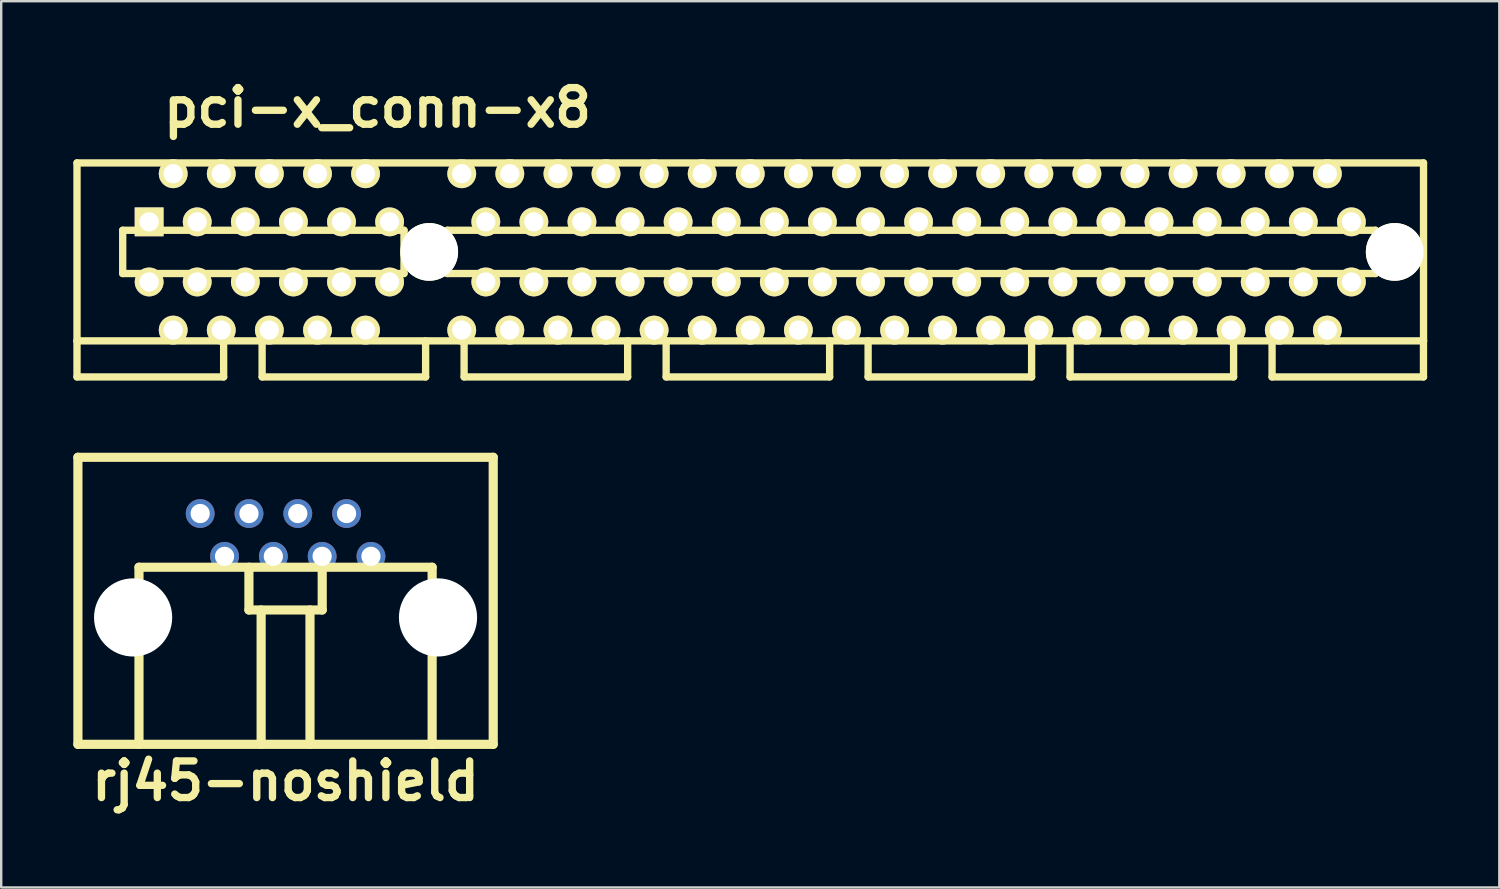
<source format=kicad_pcb>
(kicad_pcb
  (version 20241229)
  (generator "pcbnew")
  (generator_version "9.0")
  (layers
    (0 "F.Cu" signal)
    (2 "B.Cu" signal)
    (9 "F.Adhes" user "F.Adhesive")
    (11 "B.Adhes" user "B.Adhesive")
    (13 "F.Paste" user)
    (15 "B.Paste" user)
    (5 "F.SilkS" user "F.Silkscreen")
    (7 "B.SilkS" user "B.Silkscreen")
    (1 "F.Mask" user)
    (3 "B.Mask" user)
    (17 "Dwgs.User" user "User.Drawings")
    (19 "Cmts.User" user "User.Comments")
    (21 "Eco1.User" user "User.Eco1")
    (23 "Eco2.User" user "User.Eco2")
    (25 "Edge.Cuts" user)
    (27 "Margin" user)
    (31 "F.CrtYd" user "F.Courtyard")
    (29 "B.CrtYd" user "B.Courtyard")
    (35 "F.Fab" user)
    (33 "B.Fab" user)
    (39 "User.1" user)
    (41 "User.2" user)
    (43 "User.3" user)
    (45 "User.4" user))
  (footprint "pci-x_conn-x8"
    (layer "F.Cu")
    (at 12.652 7.426)
    (property "Reference" "pci-x_conn-x8" (at 0 -5.999 0) (layer "F.SilkS") (effects (font (size 1.524 1.524) (thickness 0.305))))
    (attr through_hole)
    (fp_line (start -12.499 -3.701) (end -12.499 3.701) (stroke (width 0.305) (type solid)) (layer "F.SilkS"))
    (fp_line (start -12.499 3.701) (end -12.499 5.199) (stroke (width 0.305) (type solid)) (layer "F.SilkS"))
    (fp_line (start -12.499 3.701) (end 43.5 3.701) (stroke (width 0.305) (type solid)) (layer "F.SilkS"))
    (fp_line (start -10.599 -0.899) (end -10.599 0.899) (stroke (width 0.305) (type solid)) (layer "F.SilkS"))
    (fp_line (start -10.599 -0.899) (end 1.1 -0.899) (stroke (width 0.305) (type solid)) (layer "F.SilkS"))
    (fp_line (start -6.401 5.199) (end -12.499 5.199) (stroke (width 0.305) (type solid)) (layer "F.SilkS"))
    (fp_line (start -6.401 5.199) (end -6.401 3.701) (stroke (width 0.305) (type solid)) (layer "F.SilkS"))
    (fp_line (start -4.801 3.701) (end -4.801 5.199) (stroke (width 0.305) (type solid)) (layer "F.SilkS"))
    (fp_line (start -4.798 5.199) (end 2.002 5.199) (stroke (width 0.305) (type solid)) (layer "F.SilkS"))
    (fp_line (start 1.1 0.899) (end -10.599 0.899) (stroke (width 0.305) (type solid)) (layer "F.SilkS"))
    (fp_line (start 1.1 0.899) (end 1.1 -0.899) (stroke (width 0.305) (type solid)) (layer "F.SilkS"))
    (fp_line (start 1.999 5.199) (end 1.999 3.701) (stroke (width 0.305) (type solid)) (layer "F.SilkS"))
    (fp_line (start 2.901 0.899) (end 2.901 -0.899) (stroke (width 0.305) (type solid)) (layer "F.SilkS"))
    (fp_line (start 2.901 0.899) (end 41.501 0.899) (stroke (width 0.305) (type solid)) (layer "F.SilkS"))
    (fp_line (start 3.599 3.701) (end 3.599 5.199) (stroke (width 0.305) (type solid)) (layer "F.SilkS"))
    (fp_line (start 3.602 5.199) (end 10.401 5.199) (stroke (width 0.305) (type solid)) (layer "F.SilkS"))
    (fp_line (start 10.401 5.199) (end 10.401 3.701) (stroke (width 0.305) (type solid)) (layer "F.SilkS"))
    (fp_line (start 12.002 5.199) (end 12.002 3.701) (stroke (width 0.305) (type solid)) (layer "F.SilkS"))
    (fp_line (start 12.002 5.199) (end 18.801 5.199) (stroke (width 0.305) (type solid)) (layer "F.SilkS"))
    (fp_line (start 18.801 5.199) (end 18.801 3.701) (stroke (width 0.305) (type solid)) (layer "F.SilkS"))
    (fp_line (start 20.401 3.701) (end 20.401 5.199) (stroke (width 0.305) (type solid)) (layer "F.SilkS"))
    (fp_line (start 20.401 5.199) (end 27.201 5.199) (stroke (width 0.305) (type solid)) (layer "F.SilkS"))
    (fp_line (start 27.201 5.199) (end 27.201 3.701) (stroke (width 0.305) (type solid)) (layer "F.SilkS"))
    (fp_line (start 28.801 3.701) (end 28.801 5.199) (stroke (width 0.305) (type solid)) (layer "F.SilkS"))
    (fp_line (start 28.801 5.197) (end 35.601 5.197) (stroke (width 0.305) (type solid)) (layer "F.SilkS"))
    (fp_line (start 35.601 5.199) (end 35.601 3.701) (stroke (width 0.305) (type solid)) (layer "F.SilkS"))
    (fp_line (start 37.201 5.199) (end 37.201 3.701) (stroke (width 0.305) (type solid)) (layer "F.SilkS"))
    (fp_line (start 37.201 5.199) (end 43.5 5.199) (stroke (width 0.305) (type solid)) (layer "F.SilkS"))
    (fp_line (start 41.501 -0.899) (end 2.901 -0.899) (stroke (width 0.305) (type solid)) (layer "F.SilkS"))
    (fp_line (start 41.504 -0.899) (end 41.504 0.899) (stroke (width 0.305) (type solid)) (layer "F.SilkS"))
    (fp_line (start 43.498 5.199) (end 43.498 3.701) (stroke (width 0.305) (type solid)) (layer "F.SilkS"))
    (fp_line (start 43.5 -3.701) (end -12.499 -3.701) (stroke (width 0.305) (type solid)) (layer "F.SilkS"))
    (fp_line (start 43.5 3.701) (end 43.5 -3.701) (stroke (width 0.305) (type solid)) (layer "F.SilkS"))
    (pad "" np_thru_hole circle (at 2.149 0) (size 2.4 2.4) (drill 2.4) (layers "*.Cu" "F.SilkS"))
    (pad "" np_thru_hole circle (at 42.301 0) (size 2.4 2.4) (drill 2.4) (layers "*.Cu" "F.SilkS"))
    (pad "A1" thru_hole rect (at -9.5 -1.25) (size 1.199 1.199) (drill 0.8) (layers "*.Cu" "*.Mask" "F.SilkS"))
    (pad "A2" thru_hole circle (at -8.499 -3.251) (size 1.199 1.199) (drill 0.8) (layers "*.Cu" "*.Mask" "F.SilkS"))
    (pad "A3" thru_hole circle (at -7.501 -1.25) (size 1.199 1.199) (drill 0.8) (layers "*.Cu" "*.Mask" "F.SilkS"))
    (pad "A4" thru_hole circle (at -6.5 -3.251) (size 1.199 1.199) (drill 0.8) (layers "*.Cu" "*.Mask" "F.SilkS"))
    (pad "A5" thru_hole circle (at -5.499 -1.25) (size 1.199 1.199) (drill 0.8) (layers "*.Cu" "*.Mask" "F.SilkS"))
    (pad "A6" thru_hole circle (at -4.501 -3.251) (size 1.199 1.199) (drill 0.8) (layers "*.Cu" "*.Mask" "F.SilkS"))
    (pad "A7" thru_hole circle (at -3.5 -1.25) (size 1.199 1.199) (drill 0.8) (layers "*.Cu" "*.Mask" "F.SilkS"))
    (pad "A8" thru_hole circle (at -2.499 -3.251) (size 1.199 1.199) (drill 0.8) (layers "*.Cu" "*.Mask" "F.SilkS"))
    (pad "A9" thru_hole circle (at -1.501 -1.25) (size 1.199 1.199) (drill 0.8) (layers "*.Cu" "*.Mask" "F.SilkS"))
    (pad "A10" thru_hole circle (at -0.5 -3.251) (size 1.199 1.199) (drill 0.8) (layers "*.Cu" "*.Mask" "F.SilkS"))
    (pad "A11" thru_hole circle (at 0.5 -1.25) (size 1.199 1.199) (drill 0.8) (layers "*.Cu" "*.Mask" "F.SilkS"))
    (pad "A12" thru_hole circle (at 3.5 -3.251) (size 1.199 1.199) (drill 0.8) (layers "*.Cu" "*.Mask" "F.SilkS"))
    (pad "A13" thru_hole circle (at 4.501 -1.25) (size 1.199 1.199) (drill 0.8) (layers "*.Cu" "*.Mask" "F.SilkS"))
    (pad "A14" thru_hole circle (at 5.499 -3.251) (size 1.199 1.199) (drill 0.8) (layers "*.Cu" "*.Mask" "F.SilkS"))
    (pad "A15" thru_hole circle (at 6.5 -1.25) (size 1.199 1.199) (drill 0.8) (layers "*.Cu" "*.Mask" "F.SilkS"))
    (pad "A16" thru_hole circle (at 7.501 -3.251) (size 1.199 1.199) (drill 0.8) (layers "*.Cu" "*.Mask" "F.SilkS"))
    (pad "A17" thru_hole circle (at 8.499 -1.25) (size 1.199 1.199) (drill 0.8) (layers "*.Cu" "*.Mask" "F.SilkS"))
    (pad "A18" thru_hole circle (at 9.5 -3.251) (size 1.199 1.199) (drill 0.8) (layers "*.Cu" "*.Mask" "F.SilkS"))
    (pad "A19" thru_hole circle (at 10.5 -1.25) (size 1.199 1.199) (drill 0.8) (layers "*.Cu" "*.Mask" "F.SilkS"))
    (pad "A20" thru_hole circle (at 11.501 -3.251) (size 1.199 1.199) (drill 0.8) (layers "*.Cu" "*.Mask" "F.SilkS"))
    (pad "A21" thru_hole circle (at 12.499 -1.25) (size 1.199 1.199) (drill 0.8) (layers "*.Cu" "*.Mask" "F.SilkS"))
    (pad "A22" thru_hole circle (at 13.5 -3.251) (size 1.199 1.199) (drill 0.8) (layers "*.Cu" "*.Mask" "F.SilkS"))
    (pad "A23" thru_hole circle (at 14.501 -1.25) (size 1.199 1.199) (drill 0.8) (layers "*.Cu" "*.Mask" "F.SilkS"))
    (pad "A24" thru_hole circle (at 15.499 -3.251) (size 1.199 1.199) (drill 0.8) (layers "*.Cu" "*.Mask" "F.SilkS"))
    (pad "A25" thru_hole circle (at 16.5 -1.25) (size 1.199 1.199) (drill 0.8) (layers "*.Cu" "*.Mask" "F.SilkS"))
    (pad "A26" thru_hole circle (at 17.501 -3.251) (size 1.199 1.199) (drill 0.8) (layers "*.Cu" "*.Mask" "F.SilkS"))
    (pad "A27" thru_hole circle (at 18.499 -1.25) (size 1.199 1.199) (drill 0.8) (layers "*.Cu" "*.Mask" "F.SilkS"))
    (pad "A28" thru_hole circle (at 19.5 -3.251) (size 1.199 1.199) (drill 0.8) (layers "*.Cu" "*.Mask" "F.SilkS"))
    (pad "A29" thru_hole circle (at 20.5 -1.25) (size 1.199 1.199) (drill 0.8) (layers "*.Cu" "*.Mask" "F.SilkS"))
    (pad "A30" thru_hole circle (at 21.501 -3.251) (size 1.199 1.199) (drill 0.8) (layers "*.Cu" "*.Mask" "F.SilkS"))
    (pad "A31" thru_hole circle (at 22.499 -1.25) (size 1.199 1.199) (drill 0.8) (layers "*.Cu" "*.Mask" "F.SilkS"))
    (pad "A32" thru_hole circle (at 23.5 -3.251) (size 1.199 1.199) (drill 0.8) (layers "*.Cu" "*.Mask" "F.SilkS"))
    (pad "A33" thru_hole circle (at 24.501 -1.25) (size 1.199 1.199) (drill 0.8) (layers "*.Cu" "*.Mask" "F.SilkS"))
    (pad "A34" thru_hole circle (at 25.499 -3.251) (size 1.199 1.199) (drill 0.8) (layers "*.Cu" "*.Mask" "F.SilkS"))
    (pad "A35" thru_hole circle (at 26.5 -1.25) (size 1.199 1.199) (drill 0.8) (layers "*.Cu" "*.Mask" "F.SilkS"))
    (pad "A36" thru_hole circle (at 27.501 -3.251) (size 1.199 1.199) (drill 0.8) (layers "*.Cu" "*.Mask" "F.SilkS"))
    (pad "A37" thru_hole circle (at 28.499 -1.25) (size 1.199 1.199) (drill 0.8) (layers "*.Cu" "*.Mask" "F.SilkS"))
    (pad "A38" thru_hole circle (at 29.5 -3.251) (size 1.199 1.199) (drill 0.8) (layers "*.Cu" "*.Mask" "F.SilkS"))
    (pad "A39" thru_hole circle (at 30.5 -1.25) (size 1.199 1.199) (drill 0.8) (layers "*.Cu" "*.Mask" "F.SilkS"))
    (pad "A40" thru_hole circle (at 31.501 -3.251) (size 1.199 1.199) (drill 0.8) (layers "*.Cu" "*.Mask" "F.SilkS"))
    (pad "A41" thru_hole circle (at 32.499 -1.25) (size 1.199 1.199) (drill 0.8) (layers "*.Cu" "*.Mask" "F.SilkS"))
    (pad "A42" thru_hole circle (at 33.5 -3.251) (size 1.199 1.199) (drill 0.8) (layers "*.Cu" "*.Mask" "F.SilkS"))
    (pad "A43" thru_hole circle (at 34.501 -1.25) (size 1.199 1.199) (drill 0.8) (layers "*.Cu" "*.Mask" "F.SilkS"))
    (pad "A44" thru_hole circle (at 35.499 -3.251) (size 1.199 1.199) (drill 0.8) (layers "*.Cu" "*.Mask" "F.SilkS"))
    (pad "A45" thru_hole circle (at 36.5 -1.25) (size 1.199 1.199) (drill 0.8) (layers "*.Cu" "*.Mask" "F.SilkS"))
    (pad "A46" thru_hole circle (at 37.501 -3.251) (size 1.199 1.199) (drill 0.8) (layers "*.Cu" "*.Mask" "F.SilkS"))
    (pad "A47" thru_hole circle (at 38.499 -1.25) (size 1.199 1.199) (drill 0.8) (layers "*.Cu" "*.Mask" "F.SilkS"))
    (pad "A48" thru_hole circle (at 39.5 -3.251) (size 1.199 1.199) (drill 0.8) (layers "*.Cu" "*.Mask" "F.SilkS"))
    (pad "A49" thru_hole circle (at 40.5 -1.25) (size 1.199 1.199) (drill 0.8) (layers "*.Cu" "*.Mask" "F.SilkS"))
    (pad "B1" thru_hole circle (at -9.5 1.25) (size 1.199 1.199) (drill 0.8) (layers "*.Cu" "*.Mask" "F.SilkS"))
    (pad "B2" thru_hole circle (at -8.499 3.251) (size 1.199 1.199) (drill 0.8) (layers "*.Cu" "*.Mask" "F.SilkS"))
    (pad "B3" thru_hole circle (at -7.501 1.25) (size 1.199 1.199) (drill 0.8) (layers "*.Cu" "*.Mask" "F.SilkS"))
    (pad "B4" thru_hole circle (at -6.5 3.251) (size 1.199 1.199) (drill 0.8) (layers "*.Cu" "*.Mask" "F.SilkS"))
    (pad "B5" thru_hole circle (at -5.499 1.25) (size 1.199 1.199) (drill 0.8) (layers "*.Cu" "*.Mask" "F.SilkS"))
    (pad "B6" thru_hole circle (at -4.501 3.251) (size 1.199 1.199) (drill 0.8) (layers "*.Cu" "*.Mask" "F.SilkS"))
    (pad "B7" thru_hole circle (at -3.5 1.25) (size 1.199 1.199) (drill 0.8) (layers "*.Cu" "*.Mask" "F.SilkS"))
    (pad "B8" thru_hole circle (at -2.499 3.251) (size 1.199 1.199) (drill 0.8) (layers "*.Cu" "*.Mask" "F.SilkS"))
    (pad "B9" thru_hole circle (at -1.501 1.25) (size 1.199 1.199) (drill 0.8) (layers "*.Cu" "*.Mask" "F.SilkS"))
    (pad "B10" thru_hole circle (at -0.5 3.251) (size 1.199 1.199) (drill 0.8) (layers "*.Cu" "*.Mask" "F.SilkS"))
    (pad "B11" thru_hole circle (at 0.5 1.25) (size 1.199 1.199) (drill 0.8) (layers "*.Cu" "*.Mask" "F.SilkS"))
    (pad "B12" thru_hole circle (at 3.5 3.251) (size 1.199 1.199) (drill 0.8) (layers "*.Cu" "*.Mask" "F.SilkS"))
    (pad "B13" thru_hole circle (at 4.501 1.25) (size 1.199 1.199) (drill 0.8) (layers "*.Cu" "*.Mask" "F.SilkS"))
    (pad "B14" thru_hole circle (at 5.499 3.251) (size 1.199 1.199) (drill 0.8) (layers "*.Cu" "*.Mask" "F.SilkS"))
    (pad "B15" thru_hole circle (at 6.5 1.25) (size 1.199 1.199) (drill 0.8) (layers "*.Cu" "*.Mask" "F.SilkS"))
    (pad "B16" thru_hole circle (at 7.501 3.251) (size 1.199 1.199) (drill 0.8) (layers "*.Cu" "*.Mask" "F.SilkS"))
    (pad "B17" thru_hole circle (at 8.499 1.25) (size 1.199 1.199) (drill 0.8) (layers "*.Cu" "*.Mask" "F.SilkS"))
    (pad "B18" thru_hole circle (at 9.5 3.251) (size 1.199 1.199) (drill 0.8) (layers "*.Cu" "*.Mask" "F.SilkS"))
    (pad "B19" thru_hole circle (at 10.5 1.25) (size 1.199 1.199) (drill 0.8) (layers "*.Cu" "*.Mask" "F.SilkS"))
    (pad "B20" thru_hole circle (at 11.501 3.251) (size 1.199 1.199) (drill 0.8) (layers "*.Cu" "*.Mask" "F.SilkS"))
    (pad "B21" thru_hole circle (at 12.499 1.25) (size 1.199 1.199) (drill 0.8) (layers "*.Cu" "*.Mask" "F.SilkS"))
    (pad "B22" thru_hole circle (at 13.5 3.251) (size 1.199 1.199) (drill 0.8) (layers "*.Cu" "*.Mask" "F.SilkS"))
    (pad "B23" thru_hole circle (at 14.501 1.25) (size 1.199 1.199) (drill 0.8) (layers "*.Cu" "*.Mask" "F.SilkS"))
    (pad "B24" thru_hole circle (at 15.499 3.251) (size 1.199 1.199) (drill 0.8) (layers "*.Cu" "*.Mask" "F.SilkS"))
    (pad "B25" thru_hole circle (at 16.5 1.25) (size 1.199 1.199) (drill 0.8) (layers "*.Cu" "*.Mask" "F.SilkS"))
    (pad "B26" thru_hole circle (at 17.501 3.251) (size 1.199 1.199) (drill 0.8) (layers "*.Cu" "*.Mask" "F.SilkS"))
    (pad "B27" thru_hole circle (at 18.499 1.25) (size 1.199 1.199) (drill 0.8) (layers "*.Cu" "*.Mask" "F.SilkS"))
    (pad "B28" thru_hole circle (at 19.5 3.251) (size 1.199 1.199) (drill 0.8) (layers "*.Cu" "*.Mask" "F.SilkS"))
    (pad "B29" thru_hole circle (at 20.5 1.25) (size 1.199 1.199) (drill 0.8) (layers "*.Cu" "*.Mask" "F.SilkS"))
    (pad "B30" thru_hole circle (at 21.501 3.251) (size 1.199 1.199) (drill 0.8) (layers "*.Cu" "*.Mask" "F.SilkS"))
    (pad "B31" thru_hole circle (at 22.499 1.25) (size 1.199 1.199) (drill 0.8) (layers "*.Cu" "*.Mask" "F.SilkS"))
    (pad "B32" thru_hole circle (at 23.5 3.251) (size 1.199 1.199) (drill 0.8) (layers "*.Cu" "*.Mask" "F.SilkS"))
    (pad "B33" thru_hole circle (at 24.501 1.25) (size 1.199 1.199) (drill 0.8) (layers "*.Cu" "*.Mask" "F.SilkS"))
    (pad "B34" thru_hole circle (at 25.499 3.251) (size 1.199 1.199) (drill 0.8) (layers "*.Cu" "*.Mask" "F.SilkS"))
    (pad "B35" thru_hole circle (at 26.5 1.25) (size 1.199 1.199) (drill 0.8) (layers "*.Cu" "*.Mask" "F.SilkS"))
    (pad "B36" thru_hole circle (at 27.501 3.251) (size 1.199 1.199) (drill 0.8) (layers "*.Cu" "*.Mask" "F.SilkS"))
    (pad "B37" thru_hole circle (at 28.499 1.25) (size 1.199 1.199) (drill 0.8) (layers "*.Cu" "*.Mask" "F.SilkS"))
    (pad "B38" thru_hole circle (at 29.5 3.251) (size 1.199 1.199) (drill 0.8) (layers "*.Cu" "*.Mask" "F.SilkS"))
    (pad "B39" thru_hole circle (at 30.5 1.25) (size 1.199 1.199) (drill 0.8) (layers "*.Cu" "*.Mask" "F.SilkS"))
    (pad "B40" thru_hole circle (at 31.501 3.251) (size 1.199 1.199) (drill 0.8) (layers "*.Cu" "*.Mask" "F.SilkS"))
    (pad "B41" thru_hole circle (at 32.499 1.25) (size 1.199 1.199) (drill 0.8) (layers "*.Cu" "*.Mask" "F.SilkS"))
    (pad "B42" thru_hole circle (at 33.5 3.251) (size 1.199 1.199) (drill 0.8) (layers "*.Cu" "*.Mask" "F.SilkS"))
    (pad "B43" thru_hole circle (at 34.501 1.25) (size 1.199 1.199) (drill 0.8) (layers "*.Cu" "*.Mask" "F.SilkS"))
    (pad "B44" thru_hole circle (at 35.499 3.251) (size 1.199 1.199) (drill 0.8) (layers "*.Cu" "*.Mask" "F.SilkS"))
    (pad "B45" thru_hole circle (at 36.5 1.25) (size 1.199 1.199) (drill 0.8) (layers "*.Cu" "*.Mask" "F.SilkS"))
    (pad "B46" thru_hole circle (at 37.501 3.251) (size 1.199 1.199) (drill 0.8) (layers "*.Cu" "*.Mask" "F.SilkS"))
    (pad "B47" thru_hole circle (at 38.499 1.25) (size 1.199 1.199) (drill 0.8) (layers "*.Cu" "*.Mask" "F.SilkS"))
    (pad "B48" thru_hole circle (at 39.5 3.251) (size 1.199 1.199) (drill 0.8) (layers "*.Cu" "*.Mask" "F.SilkS"))
    (pad "B49" thru_hole circle (at 40.5 1.25) (size 1.199 1.199) (drill 0.8) (layers "*.Cu" "*.Mask" "F.SilkS")))
  (footprint "rj45-noshield"
    (layer "F.Cu")
    (at 8.826 22.572)
    (property "Reference" "rj45-noshield" (at 0 6.858 0) (layer "F.SilkS") (effects (font (size 1.524 1.524) (thickness 0.305))))
    (attr through_hole)
    (fp_line (start -8.636 -6.604) (end -8.636 5.334) (stroke (width 0.381) (type solid)) (layer "F.SilkS"))
    (fp_line (start -8.636 -6.604) (end 8.636 -6.604) (stroke (width 0.381) (type solid)) (layer "F.SilkS"))
    (fp_line (start -6.096 -2.032) (end 6.096 -2.032) (stroke (width 0.381) (type solid)) (layer "F.SilkS"))
    (fp_line (start -6.096 5.334) (end -6.096 -2.032) (stroke (width 0.381) (type solid)) (layer "F.SilkS"))
    (fp_line (start -1.524 -0.254) (end -1.524 -2.032) (stroke (width 0.381) (type solid)) (layer "F.SilkS"))
    (fp_line (start -1.016 5.334) (end -1.016 -0.254) (stroke (width 0.381) (type solid)) (layer "F.SilkS"))
    (fp_line (start 1.016 -0.254) (end 1.016 5.334) (stroke (width 0.381) (type solid)) (layer "F.SilkS"))
    (fp_line (start 1.524 -2.032) (end 1.524 -0.254) (stroke (width 0.381) (type solid)) (layer "F.SilkS"))
    (fp_line (start 1.524 -0.254) (end -1.524 -0.254) (stroke (width 0.381) (type solid)) (layer "F.SilkS"))
    (fp_line (start 6.096 -2.032) (end 6.096 5.334) (stroke (width 0.381) (type solid)) (layer "F.SilkS"))
    (fp_line (start 8.636 5.334) (end -8.636 5.334) (stroke (width 0.381) (type solid)) (layer "F.SilkS"))
    (fp_line (start 8.636 5.334) (end 8.636 -6.604) (stroke (width 0.381) (type solid)) (layer "F.SilkS"))
    (pad "" np_thru_hole circle (at -6.34 0.056) (size 3.251 3.251) (drill 3.251) (layers "*.Cu"))
    (pad "" np_thru_hole circle (at 6.34 0.056) (size 3.251 3.251) (drill 3.251) (layers "*.Cu"))
    (pad "1" thru_hole circle (at 3.551 -2.484) (size 1.199 1.199) (drill 0.8) (layers "*.Cu" "*.Mask"))
    (pad "2" thru_hole circle (at 2.537 -4.265) (size 1.199 1.199) (drill 0.8) (layers "*.Cu" "*.Mask"))
    (pad "3" thru_hole circle (at 1.521 -2.484) (size 1.199 1.199) (drill 0.8) (layers "*.Cu" "*.Mask"))
    (pad "4" thru_hole circle (at 0.508 -4.265) (size 1.199 1.199) (drill 0.8) (layers "*.Cu" "*.Mask"))
    (pad "5" thru_hole circle (at -0.508 -2.484) (size 1.199 1.199) (drill 0.8) (layers "*.Cu" "*.Mask"))
    (pad "6" thru_hole circle (at -1.521 -4.265) (size 1.199 1.199) (drill 0.8) (layers "*.Cu" "*.Mask"))
    (pad "7" thru_hole circle (at -2.537 -2.484) (size 1.199 1.199) (drill 0.8) (layers "*.Cu" "*.Mask"))
    (pad "8" thru_hole circle (at -3.551 -4.265) (size 1.199 1.199) (drill 0.8) (layers "*.Cu" "*.Mask")))
  (gr_rect
    (start -3 -3)
    (end 59.304 33.857)
    (stroke (width 0.1) (type default))
    (fill no)
    (layer "Edge.Cuts")))
</source>
